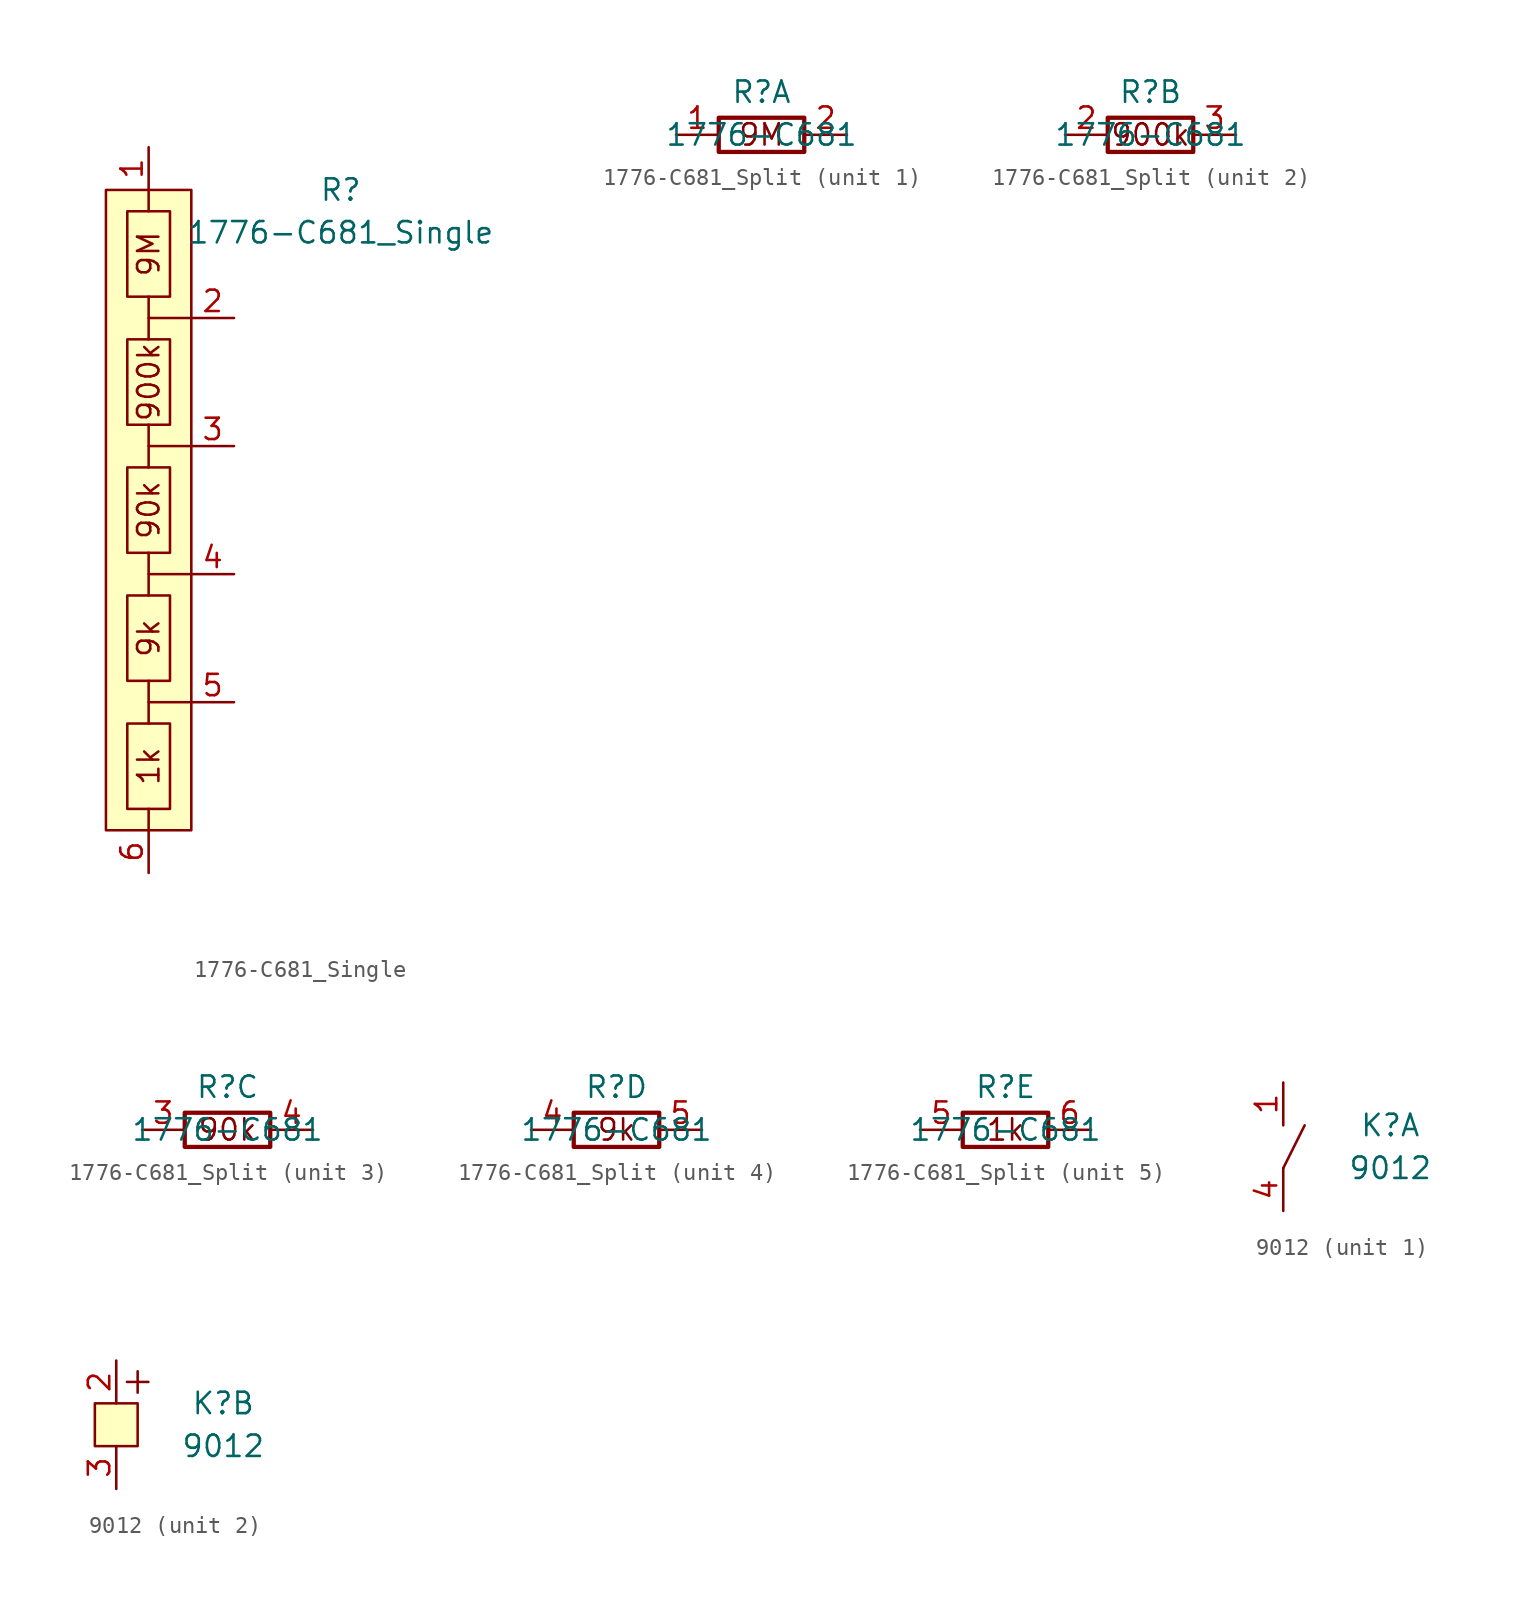
<source format=kicad_sym>
(kicad_symbol_lib
  (version 20220914)
  (generator kicad_symbol_editor)
  (symbol "1776-C681_Single"
    (property "Reference" "R"
      (at 11.43 19.05 0)
      (effects (font (size 1.27 1.27))))
    (property "Value" "1776-C681_Single"
      (at 11.43 16.51 0)
      (effects (font (size 1.27 1.27))))
    (symbol "1776-C681_Single_0_1"
      (polyline (pts (xy 0 -11.43) (xy 2.54 -11.43)) (stroke (width 0) (type default)) (fill (type none)))
      (polyline (pts (xy 0 -3.81) (xy 2.54 -3.81)) (stroke (width 0) (type default)) (fill (type none)))
      (polyline (pts (xy 0 3.81) (xy 2.54 3.81)) (stroke (width 0) (type default)) (fill (type none)))
      (polyline (pts (xy 0 11.43) (xy 2.54 11.43)) (stroke (width 0) (type default)) (fill (type none))))
    (symbol "1776-C681_Single_1_1"
      (rectangle (start -2.54 19.05) (end 2.54 -19.05) (stroke (width 0) (type default)) (fill (type background)))
      (rectangle (start -1.27 -12.7) (end 1.27 -17.78) (stroke (width 0) (type default)) (fill (type none)))
      (rectangle (start -1.27 -5.08) (end 1.27 -10.16) (stroke (width 0) (type default)) (fill (type none)))
      (rectangle (start -1.27 2.54) (end 1.27 -2.54) (stroke (width 0) (type default)) (fill (type none)))
      (rectangle (start -1.27 10.16) (end 1.27 5.08) (stroke (width 0) (type default)) (fill (type none)))
      (rectangle (start -1.27 17.78) (end 1.27 12.7) (stroke (width 0) (type default)) (fill (type none)))
      (polyline (pts (xy 0 -19.05) (xy 0 -17.78)) (stroke (width 0) (type default)) (fill (type none)))
      (polyline (pts (xy 0 -10.16) (xy 0 -12.7)) (stroke (width 0) (type default)) (fill (type none)))
      (polyline (pts (xy 0 -2.54) (xy 0 -5.08)) (stroke (width 0) (type default)) (fill (type none)))
      (polyline (pts (xy 0 5.08) (xy 0 2.54)) (stroke (width 0) (type default)) (fill (type none)))
      (polyline (pts (xy 0 12.7) (xy 0 10.16)) (stroke (width 0) (type default)) (fill (type none)))
      (polyline (pts (xy 0 17.78) (xy 0 19.05)) (stroke (width 0) (type default)) (fill (type none)))
      (text "1k" (at 0 -15.24 900) (effects (font (size 1.27 1.27))))
      (text "900k" (at 0 7.62 900) (effects (font (size 1.27 1.27))))
      (text "90k" (at 0 0 900) (effects (font (size 1.27 1.27))))
      (text "9k" (at 0 -7.62 900) (effects (font (size 1.27 1.27))))
      (text "9M" (at 0 15.24 900) (effects (font (size 1.27 1.27))))
      (pin passive line (at 0 21.59 270) (length 2.54) (name "~" (effects (font (size 1.27 1.27)))) (number "1" (effects (font (size 1.27 1.27)))))
      (pin passive line (at 5.08 11.43 180) (length 2.54) (name "~" (effects (font (size 1.27 1.27)))) (number "2" (effects (font (size 1.27 1.27)))))
      (pin passive line (at 5.08 3.81 180) (length 2.54) (name "~" (effects (font (size 1.27 1.27)))) (number "3" (effects (font (size 1.27 1.27)))))
      (pin passive line (at 5.08 -3.81 180) (length 2.54) (name "~" (effects (font (size 1.27 1.27)))) (number "4" (effects (font (size 1.27 1.27)))))
      (pin passive line (at 5.08 -11.43 180) (length 2.54) (name "~" (effects (font (size 1.27 1.27)))) (number "5" (effects (font (size 1.27 1.27)))))
      (pin passive line (at 0 -21.59 90) (length 2.54) (name "~" (effects (font (size 1.27 1.27)))) (number "6" (effects (font (size 1.27 1.27)))))))
  (symbol "1776-C681_Split"
    (property "Reference" "R"
      (at 0 2.54 0)
      (effects (font (size 1.27 1.27))))
    (property "Value" "1776-C681"
      (at 0 0 0)
      (effects (font (size 1.27 1.27))))
    (symbol "1776-C681_Split_1_1"
      (rectangle (start -2.54 1.016) (end 2.54 -1.016) (stroke (width 0.254) (type default)) (fill (type none)))
      (text "9M" (at 0 0 0) (effects (font (size 1.27 1.27))))
      (pin passive line (at -5.08 0 0) (length 2.54) (name "~" (effects (font (size 1.27 1.27)))) (number "1" (effects (font (size 1.27 1.27)))))
      (pin passive line (at 5.08 0 180) (length 2.54) (name "~" (effects (font (size 1.27 1.27)))) (number "2" (effects (font (size 1.27 1.27))))))
    (symbol "1776-C681_Split_2_1"
      (rectangle (start -2.54 1.016) (end 2.54 -1.016) (stroke (width 0.254) (type default)) (fill (type none)))
      (text "900k" (at 0 0 0) (effects (font (size 1.27 1.27))))
      (pin passive line (at -5.08 0 0) (length 2.54) (name "~" (effects (font (size 1.27 1.27)))) (number "2" (effects (font (size 1.27 1.27)))))
      (pin passive line (at 5.08 0 180) (length 2.54) (name "~" (effects (font (size 1.27 1.27)))) (number "3" (effects (font (size 1.27 1.27))))))
    (symbol "1776-C681_Split_3_1"
      (rectangle (start -2.54 1.016) (end 2.54 -1.016) (stroke (width 0.254) (type default)) (fill (type none)))
      (text "90k" (at 0 0 0) (effects (font (size 1.27 1.27))))
      (pin passive line (at -5.08 0 0) (length 2.54) (name "~" (effects (font (size 1.27 1.27)))) (number "3" (effects (font (size 1.27 1.27)))))
      (pin passive line (at 5.08 0 180) (length 2.54) (name "~" (effects (font (size 1.27 1.27)))) (number "4" (effects (font (size 1.27 1.27))))))
    (symbol "1776-C681_Split_4_1"
      (rectangle (start -2.54 1.016) (end 2.54 -1.016) (stroke (width 0.254) (type default)) (fill (type none)))
      (text "9k" (at 0 0 0) (effects (font (size 1.27 1.27))))
      (pin passive line (at -5.08 0 0) (length 2.54) (name "~" (effects (font (size 1.27 1.27)))) (number "4" (effects (font (size 1.27 1.27)))))
      (pin passive line (at 5.08 0 180) (length 2.54) (name "~" (effects (font (size 1.27 1.27)))) (number "5" (effects (font (size 1.27 1.27))))))
    (symbol "1776-C681_Split_5_1"
      (rectangle (start -2.54 1.016) (end 2.54 -1.016) (stroke (width 0.254) (type default)) (fill (type none)))
      (text "1k" (at 0 0 0) (effects (font (size 1.27 1.27))))
      (pin passive line (at -5.08 0 0) (length 2.54) (name "~" (effects (font (size 1.27 1.27)))) (number "5" (effects (font (size 1.27 1.27)))))
      (pin passive line (at 5.08 0 180) (length 2.54) (name "~" (effects (font (size 1.27 1.27)))) (number "6" (effects (font (size 1.27 1.27)))))))
  (symbol "9012"
    (pin_names
      (offset 1.016))
    (property "Reference" "K"
      (at 6.35 1.27 0)
      (effects (font (size 1.27 1.27))))
    (property "Value" "9012"
      (at 6.35 -1.27 0)
      (effects (font (size 1.27 1.27))))
    (symbol "9012_1_1"
      (polyline (pts (xy 0 -1.27) (xy 1.27 1.27)) (stroke (width 0) (type default)) (fill (type none)))
      (pin passive line (at 0 3.81 270) (length 2.54) (name "~" (effects (font (size 1.27 1.27)))) (number "1" (effects (font (size 1.27 1.27)))))
      (pin passive line (at 0 -3.81 90) (length 2.54) (name "~" (effects (font (size 1.27 1.27)))) (number "4" (effects (font (size 1.27 1.27))))))
    (symbol "9012_2_1"
      (polyline (pts (xy 0.635 2.54) (xy 1.905 2.54)) (stroke (width 0) (type default)) (fill (type none)))
      (polyline (pts (xy 1.27 3.175) (xy 1.27 1.905)) (stroke (width 0) (type default)) (fill (type none)))
      (rectangle (start 1.27 1.27) (end -1.27 -1.27) (stroke (width 0) (type default)) (fill (type background)))
      (pin passive line (at 0 3.81 270) (length 2.54) (name "~" (effects (font (size 1.27 1.27)))) (number "2" (effects (font (size 1.27 1.27)))))
      (pin passive line (at 0 -3.81 90) (length 2.54) (name "~" (effects (font (size 1.27 1.27)))) (number "3" (effects (font (size 1.27 1.27))))))))
</source>
